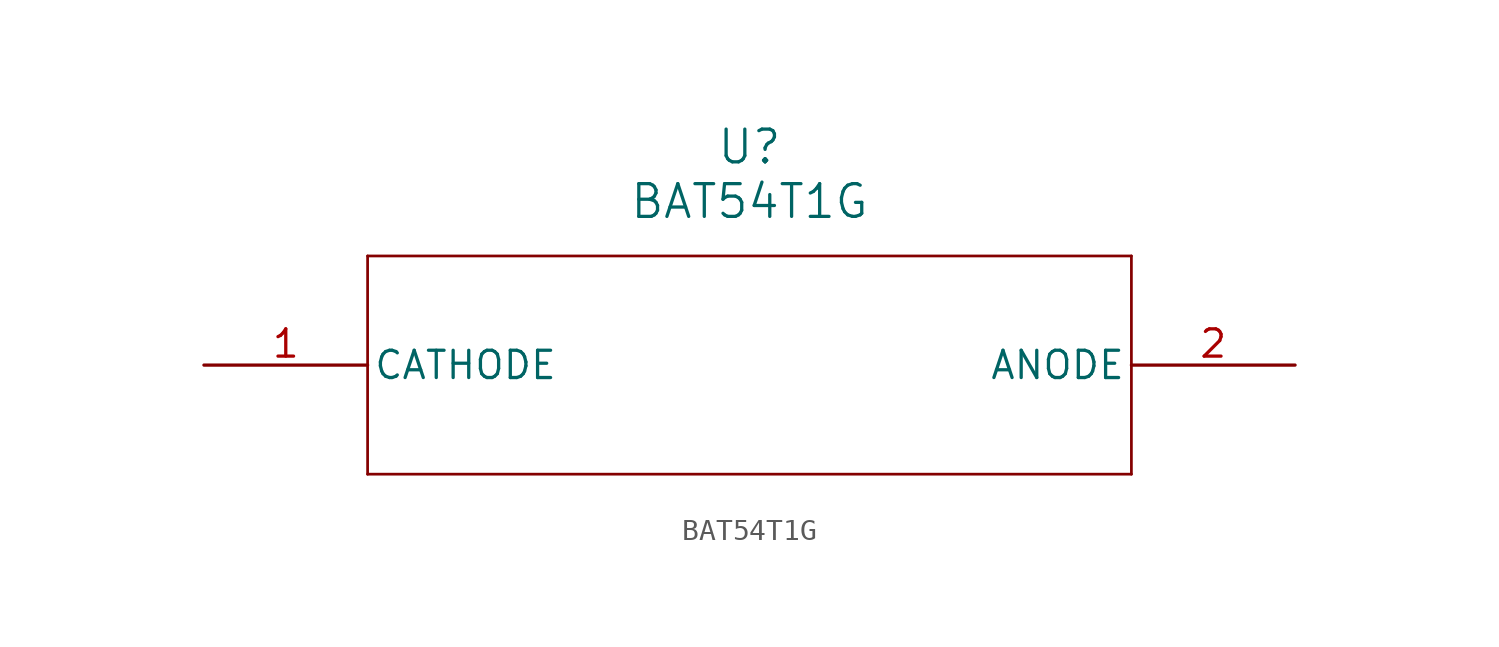
<source format=kicad_sym>
(kicad_symbol_lib
  (version 20211014)
  (generator kicad_symbol_editor)
  (symbol "BAT54T1G"
    (pin_names
      (offset 0.254))
    (property "Reference" "U"
      (at 25.4 10.16 0)
      (effects (font (size 1.524 1.524))))
    (property "Value" "BAT54T1G"
      (at 25.4 7.62 0)
      (effects (font (size 1.524 1.524))))
    (symbol "BAT54T1G_0_1"
      (polyline (pts (xy 7.62 5.08) (xy 7.62 -5.08)) (stroke (width 0.127) (type default) (color 0 0 0 0)) (fill (type none)))
      (polyline (pts (xy 7.62 -5.08) (xy 43.18 -5.08)) (stroke (width 0.127) (type default) (color 0 0 0 0)) (fill (type none)))
      (polyline (pts (xy 43.18 -5.08) (xy 43.18 5.08)) (stroke (width 0.127) (type default) (color 0 0 0 0)) (fill (type none)))
      (polyline (pts (xy 43.18 5.08) (xy 7.62 5.08)) (stroke (width 0.127) (type default) (color 0 0 0 0)) (fill (type none)))
      (pin unspecified line (at 0 0 0) (length 7.62) (name "CATHODE" (effects (font (size 1.27 1.27)))) (number "1" (effects (font (size 1.27 1.27)))))
      (pin unspecified line (at 50.8 0 180) (length 7.62) (name "ANODE" (effects (font (size 1.27 1.27)))) (number "2" (effects (font (size 1.27 1.27))))))))
</source>
